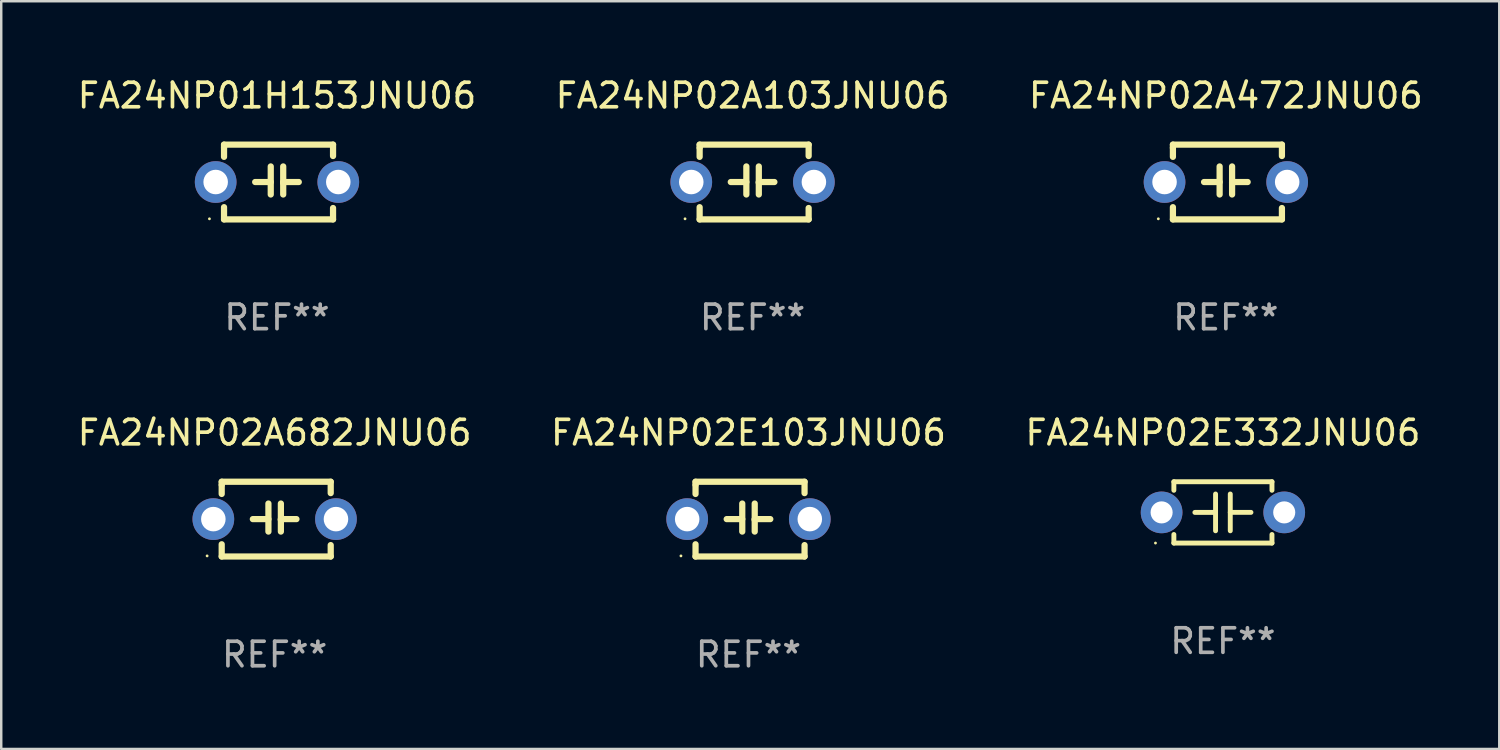
<source format=kicad_pcb>
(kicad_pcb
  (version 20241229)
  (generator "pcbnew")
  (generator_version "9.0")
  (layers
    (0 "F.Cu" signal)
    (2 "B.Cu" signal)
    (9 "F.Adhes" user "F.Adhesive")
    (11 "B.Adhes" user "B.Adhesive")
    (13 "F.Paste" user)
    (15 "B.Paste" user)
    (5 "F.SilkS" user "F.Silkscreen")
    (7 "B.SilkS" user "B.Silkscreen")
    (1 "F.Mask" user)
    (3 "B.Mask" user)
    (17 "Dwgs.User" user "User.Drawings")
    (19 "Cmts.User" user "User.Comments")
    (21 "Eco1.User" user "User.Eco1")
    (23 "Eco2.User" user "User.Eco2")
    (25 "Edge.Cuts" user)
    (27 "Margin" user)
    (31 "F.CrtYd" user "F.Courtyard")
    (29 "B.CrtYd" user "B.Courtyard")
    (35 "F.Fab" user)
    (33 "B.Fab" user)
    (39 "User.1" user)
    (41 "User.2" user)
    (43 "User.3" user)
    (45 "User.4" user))
  (footprint "FA24NP02E332JNU06"
    (layer "F.Cu")
    (at 46.815 17.843)
    (property "Reference" "FA24NP02E332JNU06" (at 0 -3.25 0) (layer "F.SilkS") (effects (font (size 1 1) (thickness 0.15))))
    (attr through_hole)
    (fp_line (start -2 -1.25) (end -2 -0.901) (stroke (width 0.2) (type solid)) (layer "F.SilkS"))
    (fp_line (start -2 -1.25) (end 2 -1.25) (stroke (width 0.2) (type solid)) (layer "F.SilkS"))
    (fp_line (start -2 0.901) (end -2 1.25) (stroke (width 0.2) (type solid)) (layer "F.SilkS"))
    (fp_line (start -0.3 -0.75) (end -0.3 0.75) (stroke (width 0.2) (type solid)) (layer "F.SilkS"))
    (fp_line (start -0.3 0.001) (end -1.143 0.001) (stroke (width 0.2) (type solid)) (layer "F.SilkS"))
    (fp_line (start 0.3 -0.001) (end 1.143 -0.001) (stroke (width 0.2) (type solid)) (layer "F.SilkS"))
    (fp_line (start 0.3 0.75) (end 0.3 -0.75) (stroke (width 0.2) (type solid)) (layer "F.SilkS"))
    (fp_line (start 2 -1.25) (end 2 -0.901) (stroke (width 0.2) (type solid)) (layer "F.SilkS"))
    (fp_line (start 2 0.901) (end 2 1.25) (stroke (width 0.2) (type solid)) (layer "F.SilkS"))
    (fp_line (start 2 1.25) (end -2 1.25) (stroke (width 0.2) (type solid)) (layer "F.SilkS"))
    (fp_circle (center -2.75 1.25) (end -2.72 1.25) (stroke (width 0.06) (type solid)) (fill no) (layer "F.SilkS"))
    (fp_text user "REF**" (at 0 5.25 0) (layer "F.Fab") (effects (font (size 1 1) (thickness 0.15))))
    (pad "1" thru_hole circle (at -2.5 0) (size 1.7 1.7) (drill 0.9) (layers "*.Cu" "*.Mask"))
    (pad "2" thru_hole circle (at 2.5 0) (size 1.7 1.7) (drill 0.9) (layers "*.Cu" "*.Mask")))
  (footprint "FA24NP02A103JNU06"
    (layer "F.Cu")
    (at 27.637 4.372)
    (property "Reference" "FA24NP02A103JNU06" (at 0 -3.524 0) (layer "F.SilkS") (effects (font (size 1 1) (thickness 0.15))))
    (attr through_hole)
    (fp_line (start -2.159 -1.524) (end 2.286 -1.524) (stroke (width 0.254) (type solid)) (layer "F.SilkS"))
    (fp_line (start -2.159 -1.397) (end -2.159 -1.524) (stroke (width 0.254) (type solid)) (layer "F.SilkS"))
    (fp_line (start -2.159 -1.026) (end -2.159 -1.397) (stroke (width 0.254) (type solid)) (layer "F.SilkS"))
    (fp_line (start -2.159 1.524) (end -2.159 1.026) (stroke (width 0.254) (type solid)) (layer "F.SilkS"))
    (fp_line (start -0.889 0) (end -0.254 0) (stroke (width 0.254) (type solid)) (layer "F.SilkS"))
    (fp_line (start -0.254 0.508) (end -0.254 -0.635) (stroke (width 0.254) (type solid)) (layer "F.SilkS"))
    (fp_line (start 0.254 -0.635) (end 0.254 0.508) (stroke (width 0.254) (type solid)) (layer "F.SilkS"))
    (fp_line (start 0.254 0.04) (end 0.254 0.02) (stroke (width 0.254) (type solid)) (layer "F.SilkS"))
    (fp_line (start 0.889 0) (end 0.254 0) (stroke (width 0.254) (type solid)) (layer "F.SilkS"))
    (fp_line (start 2.286 -1.524) (end 2.286 -1.06) (stroke (width 0.254) (type solid)) (layer "F.SilkS"))
    (fp_line (start 2.286 1.06) (end 2.286 1.524) (stroke (width 0.254) (type solid)) (layer "F.SilkS"))
    (fp_line (start 2.286 1.524) (end -2.159 1.524) (stroke (width 0.254) (type solid)) (layer "F.SilkS"))
    (fp_circle (center -2.754 1.5) (end -2.724 1.5) (stroke (width 0.06) (type solid)) (fill no) (layer "F.SilkS"))
    (fp_text user "REF**" (at 0 5.524 0) (layer "F.Fab") (effects (font (size 1 1) (thickness 0.15))))
    (pad "1" thru_hole circle (at -2.5 0) (size 1.7 1.7) (drill 1) (layers "*.Cu" "*.Mask"))
    (pad "2" thru_hole circle (at 2.5 0) (size 1.7 1.7) (drill 1) (layers "*.Cu" "*.Mask")))
  (footprint "FA24NP01H153JNU06"
    (layer "F.Cu")
    (at 8.244 4.372)
    (property "Reference" "FA24NP01H153JNU06" (at 0 -3.524 0) (layer "F.SilkS") (effects (font (size 1 1) (thickness 0.15))))
    (attr through_hole)
    (fp_line (start -2.159 -1.524) (end 2.286 -1.524) (stroke (width 0.254) (type solid)) (layer "F.SilkS"))
    (fp_line (start -2.159 -1.397) (end -2.159 -1.524) (stroke (width 0.254) (type solid)) (layer "F.SilkS"))
    (fp_line (start -2.159 -1.026) (end -2.159 -1.397) (stroke (width 0.254) (type solid)) (layer "F.SilkS"))
    (fp_line (start -2.159 1.524) (end -2.159 1.026) (stroke (width 0.254) (type solid)) (layer "F.SilkS"))
    (fp_line (start -0.889 0) (end -0.254 0) (stroke (width 0.254) (type solid)) (layer "F.SilkS"))
    (fp_line (start -0.254 0.508) (end -0.254 -0.635) (stroke (width 0.254) (type solid)) (layer "F.SilkS"))
    (fp_line (start 0.254 -0.635) (end 0.254 0.508) (stroke (width 0.254) (type solid)) (layer "F.SilkS"))
    (fp_line (start 0.254 0.04) (end 0.254 0.02) (stroke (width 0.254) (type solid)) (layer "F.SilkS"))
    (fp_line (start 0.889 0) (end 0.254 0) (stroke (width 0.254) (type solid)) (layer "F.SilkS"))
    (fp_line (start 2.286 -1.524) (end 2.286 -1.06) (stroke (width 0.254) (type solid)) (layer "F.SilkS"))
    (fp_line (start 2.286 1.06) (end 2.286 1.524) (stroke (width 0.254) (type solid)) (layer "F.SilkS"))
    (fp_line (start 2.286 1.524) (end -2.159 1.524) (stroke (width 0.254) (type solid)) (layer "F.SilkS"))
    (fp_circle (center -2.754 1.5) (end -2.724 1.5) (stroke (width 0.06) (type solid)) (fill no) (layer "F.SilkS"))
    (fp_text user "REF**" (at 0 5.524 0) (layer "F.Fab") (effects (font (size 1 1) (thickness 0.15))))
    (pad "1" thru_hole circle (at -2.5 0) (size 1.7 1.7) (drill 1) (layers "*.Cu" "*.Mask"))
    (pad "2" thru_hole circle (at 2.5 0) (size 1.7 1.7) (drill 1) (layers "*.Cu" "*.Mask")))
  (footprint "FA24NP02A682JNU06"
    (layer "F.Cu")
    (at 8.149 18.117)
    (property "Reference" "FA24NP02A682JNU06" (at 0 -3.524 0) (layer "F.SilkS") (effects (font (size 1 1) (thickness 0.15))))
    (attr through_hole)
    (fp_line (start -2.159 -1.524) (end 2.286 -1.524) (stroke (width 0.254) (type solid)) (layer "F.SilkS"))
    (fp_line (start -2.159 -1.397) (end -2.159 -1.524) (stroke (width 0.254) (type solid)) (layer "F.SilkS"))
    (fp_line (start -2.159 -1.026) (end -2.159 -1.397) (stroke (width 0.254) (type solid)) (layer "F.SilkS"))
    (fp_line (start -2.159 1.524) (end -2.159 1.026) (stroke (width 0.254) (type solid)) (layer "F.SilkS"))
    (fp_line (start -0.889 0) (end -0.254 0) (stroke (width 0.254) (type solid)) (layer "F.SilkS"))
    (fp_line (start -0.254 0.508) (end -0.254 -0.635) (stroke (width 0.254) (type solid)) (layer "F.SilkS"))
    (fp_line (start 0.254 -0.635) (end 0.254 0.508) (stroke (width 0.254) (type solid)) (layer "F.SilkS"))
    (fp_line (start 0.254 0.04) (end 0.254 0.02) (stroke (width 0.254) (type solid)) (layer "F.SilkS"))
    (fp_line (start 0.889 0) (end 0.254 0) (stroke (width 0.254) (type solid)) (layer "F.SilkS"))
    (fp_line (start 2.286 -1.524) (end 2.286 -1.06) (stroke (width 0.254) (type solid)) (layer "F.SilkS"))
    (fp_line (start 2.286 1.06) (end 2.286 1.524) (stroke (width 0.254) (type solid)) (layer "F.SilkS"))
    (fp_line (start 2.286 1.524) (end -2.159 1.524) (stroke (width 0.254) (type solid)) (layer "F.SilkS"))
    (fp_circle (center -2.754 1.5) (end -2.724 1.5) (stroke (width 0.06) (type solid)) (fill no) (layer "F.SilkS"))
    (fp_text user "REF**" (at 0 5.524 0) (layer "F.Fab") (effects (font (size 1 1) (thickness 0.15))))
    (pad "1" thru_hole circle (at -2.5 0) (size 1.7 1.7) (drill 1) (layers "*.Cu" "*.Mask"))
    (pad "2" thru_hole circle (at 2.5 0) (size 1.7 1.7) (drill 1) (layers "*.Cu" "*.Mask")))
  (footprint "FA24NP02A472JNU06"
    (layer "F.Cu")
    (at 46.935 4.372)
    (property "Reference" "FA24NP02A472JNU06" (at 0 -3.524 0) (layer "F.SilkS") (effects (font (size 1 1) (thickness 0.15))))
    (attr through_hole)
    (fp_line (start -2.159 -1.524) (end 2.286 -1.524) (stroke (width 0.254) (type solid)) (layer "F.SilkS"))
    (fp_line (start -2.159 -1.397) (end -2.159 -1.524) (stroke (width 0.254) (type solid)) (layer "F.SilkS"))
    (fp_line (start -2.159 -1.026) (end -2.159 -1.397) (stroke (width 0.254) (type solid)) (layer "F.SilkS"))
    (fp_line (start -2.159 1.524) (end -2.159 1.026) (stroke (width 0.254) (type solid)) (layer "F.SilkS"))
    (fp_line (start -0.889 0) (end -0.254 0) (stroke (width 0.254) (type solid)) (layer "F.SilkS"))
    (fp_line (start -0.254 0.508) (end -0.254 -0.635) (stroke (width 0.254) (type solid)) (layer "F.SilkS"))
    (fp_line (start 0.254 -0.635) (end 0.254 0.508) (stroke (width 0.254) (type solid)) (layer "F.SilkS"))
    (fp_line (start 0.254 0.04) (end 0.254 0.02) (stroke (width 0.254) (type solid)) (layer "F.SilkS"))
    (fp_line (start 0.889 0) (end 0.254 0) (stroke (width 0.254) (type solid)) (layer "F.SilkS"))
    (fp_line (start 2.286 -1.524) (end 2.286 -1.06) (stroke (width 0.254) (type solid)) (layer "F.SilkS"))
    (fp_line (start 2.286 1.06) (end 2.286 1.524) (stroke (width 0.254) (type solid)) (layer "F.SilkS"))
    (fp_line (start 2.286 1.524) (end -2.159 1.524) (stroke (width 0.254) (type solid)) (layer "F.SilkS"))
    (fp_circle (center -2.754 1.5) (end -2.724 1.5) (stroke (width 0.06) (type solid)) (fill no) (layer "F.SilkS"))
    (fp_text user "REF**" (at 0 5.524 0) (layer "F.Fab") (effects (font (size 1 1) (thickness 0.15))))
    (pad "1" thru_hole circle (at -2.5 0) (size 1.7 1.7) (drill 1) (layers "*.Cu" "*.Mask"))
    (pad "2" thru_hole circle (at 2.5 0) (size 1.7 1.7) (drill 1) (layers "*.Cu" "*.Mask")))
  (footprint "FA24NP02E103JNU06"
    (layer "F.Cu")
    (at 27.47 18.117)
    (property "Reference" "FA24NP02E103JNU06" (at 0 -3.524 0) (layer "F.SilkS") (effects (font (size 1 1) (thickness 0.15))))
    (attr through_hole)
    (fp_line (start -2.159 -1.524) (end 2.286 -1.524) (stroke (width 0.254) (type solid)) (layer "F.SilkS"))
    (fp_line (start -2.159 -1.397) (end -2.159 -1.524) (stroke (width 0.254) (type solid)) (layer "F.SilkS"))
    (fp_line (start -2.159 -1.026) (end -2.159 -1.397) (stroke (width 0.254) (type solid)) (layer "F.SilkS"))
    (fp_line (start -2.159 1.524) (end -2.159 1.026) (stroke (width 0.254) (type solid)) (layer "F.SilkS"))
    (fp_line (start -0.889 0) (end -0.254 0) (stroke (width 0.254) (type solid)) (layer "F.SilkS"))
    (fp_line (start -0.254 0.508) (end -0.254 -0.635) (stroke (width 0.254) (type solid)) (layer "F.SilkS"))
    (fp_line (start 0.254 -0.635) (end 0.254 0.508) (stroke (width 0.254) (type solid)) (layer "F.SilkS"))
    (fp_line (start 0.254 0.04) (end 0.254 0.02) (stroke (width 0.254) (type solid)) (layer "F.SilkS"))
    (fp_line (start 0.889 0) (end 0.254 0) (stroke (width 0.254) (type solid)) (layer "F.SilkS"))
    (fp_line (start 2.286 -1.524) (end 2.286 -1.06) (stroke (width 0.254) (type solid)) (layer "F.SilkS"))
    (fp_line (start 2.286 1.06) (end 2.286 1.524) (stroke (width 0.254) (type solid)) (layer "F.SilkS"))
    (fp_line (start 2.286 1.524) (end -2.159 1.524) (stroke (width 0.254) (type solid)) (layer "F.SilkS"))
    (fp_circle (center -2.754 1.5) (end -2.724 1.5) (stroke (width 0.06) (type solid)) (fill no) (layer "F.SilkS"))
    (fp_text user "REF**" (at 0 5.524 0) (layer "F.Fab") (effects (font (size 1 1) (thickness 0.15))))
    (pad "1" thru_hole circle (at -2.5 0) (size 1.7 1.7) (drill 1) (layers "*.Cu" "*.Mask"))
    (pad "2" thru_hole circle (at 2.5 0) (size 1.7 1.7) (drill 1) (layers "*.Cu" "*.Mask")))
  (gr_rect
    (start -3 -3)
    (end 58.083 27.489)
    (stroke (width 0.1) (type default))
    (fill no)
    (layer "Edge.Cuts")))
</source>
